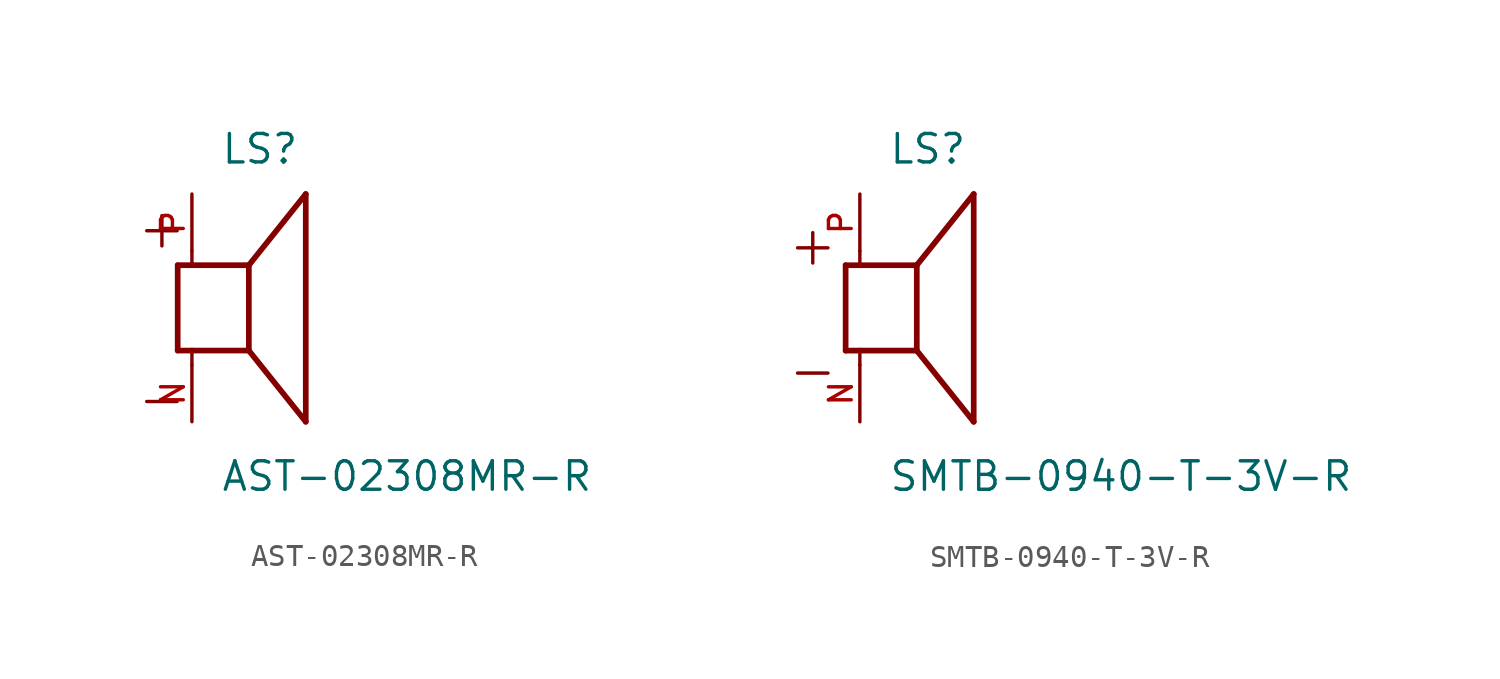
<source format=kicad_sym>
(kicad_symbol_lib
  (version 20241209)
  (generator "kicad_symbol_editor")
  (generator_version "9.0")
  (symbol "AST-02308MR-R"
    (pin_names
      (offset 1.016))
    (property "Reference" "LS"
      (at -1.27 6.35 0)
      (effects (font (size 1.27 1.27)) (justify left bottom)))
    (property "Value" "AST-02308MR-R"
      (at -1.27 -8.255 0)
      (effects (font (size 1.27 1.27)) (justify left bottom)))
    (symbol "AST-02308MR-R_0_0"
      (polyline (pts (xy -3.175 1.905) (xy -3.175 -1.905)) (stroke (width 0.254) (type default)) (fill (type none)))
      (polyline (pts (xy -3.175 1.905) (xy -2.54 1.905)) (stroke (width 0.254) (type default)) (fill (type none)))
      (polyline (pts (xy -3.175 -1.905) (xy -2.54 -1.905)) (stroke (width 0.254) (type default)) (fill (type none)))
      (polyline (pts (xy -2.54 2.54) (xy -2.54 1.905)) (stroke (width 0.152) (type default)) (fill (type none)))
      (polyline (pts (xy -2.54 1.905) (xy 0 1.905)) (stroke (width 0.254) (type default)) (fill (type none)))
      (polyline (pts (xy -2.54 -1.905) (xy 0 -1.905)) (stroke (width 0.254) (type default)) (fill (type none)))
      (polyline (pts (xy -2.54 -2.54) (xy -2.54 -1.905)) (stroke (width 0.152) (type default)) (fill (type none)))
      (polyline (pts (xy 0 1.905) (xy 2.54 5.08)) (stroke (width 0.254) (type default)) (fill (type none)))
      (polyline (pts (xy 0 -1.905) (xy 0 1.905)) (stroke (width 0.254) (type default)) (fill (type none)))
      (polyline (pts (xy 0 -1.905) (xy 2.54 -5.08)) (stroke (width 0.254) (type default)) (fill (type none)))
      (polyline (pts (xy 2.54 -5.08) (xy 2.54 5.08)) (stroke (width 0.254) (type default)) (fill (type none)))
      (text "+" (at -5.08 2.54 0) (effects (font (size 1.778 1.778)) (justify left bottom)))
      (text "-" (at -5.08 -5.08 0) (effects (font (size 1.778 1.778)) (justify left bottom)))
      (pin passive line (at -2.54 5.08 270) (length 2.54) (name "~" (effects (font (size 1.016 1.016)))) (number "P" (effects (font (size 1.016 1.016)))))
      (pin passive line (at -2.54 -5.08 90) (length 2.54) (name "~" (effects (font (size 1.016 1.016)))) (number "N" (effects (font (size 1.016 1.016)))))))
  (symbol "SMTB-0940-T-3V-R"
    (pin_names
      (offset 1.016))
    (property "Reference" "LS"
      (at -1.27 6.35 0)
      (effects (font (size 1.27 1.27)) (justify left bottom)))
    (property "Value" "SMTB-0940-T-3V-R"
      (at -1.27 -8.255 0)
      (effects (font (size 1.27 1.27)) (justify left bottom)))
    (symbol "SMTB-0940-T-3V-R_0_0"
      (polyline (pts (xy -3.175 1.905) (xy -3.175 -1.905)) (stroke (width 0.254) (type default)) (fill (type none)))
      (polyline (pts (xy -3.175 1.905) (xy -2.54 1.905)) (stroke (width 0.254) (type default)) (fill (type none)))
      (polyline (pts (xy -3.175 -1.905) (xy -2.54 -1.905)) (stroke (width 0.254) (type default)) (fill (type none)))
      (polyline (pts (xy -2.54 2.54) (xy -2.54 1.905)) (stroke (width 0.152) (type default)) (fill (type none)))
      (polyline (pts (xy -2.54 1.905) (xy 0 1.905)) (stroke (width 0.254) (type default)) (fill (type none)))
      (polyline (pts (xy -2.54 -1.905) (xy 0 -1.905)) (stroke (width 0.254) (type default)) (fill (type none)))
      (polyline (pts (xy -2.54 -2.54) (xy -2.54 -1.905)) (stroke (width 0.152) (type default)) (fill (type none)))
      (polyline (pts (xy 0 1.905) (xy 2.54 5.08)) (stroke (width 0.254) (type default)) (fill (type none)))
      (polyline (pts (xy 0 -1.905) (xy 0 1.905)) (stroke (width 0.254) (type default)) (fill (type none)))
      (polyline (pts (xy 0 -1.905) (xy 2.54 -5.08)) (stroke (width 0.254) (type default)) (fill (type none)))
      (polyline (pts (xy 2.54 -5.08) (xy 2.54 5.08)) (stroke (width 0.254) (type default)) (fill (type none)))
      (text "+" (at -5.842 1.778 0) (effects (font (size 1.778 1.778)) (justify left bottom)))
      (text "-" (at -5.842 -3.81 0) (effects (font (size 1.778 1.778)) (justify left bottom)))
      (pin passive line (at -2.54 5.08 270) (length 2.54) (name "~" (effects (font (size 1.016 1.016)))) (number "P" (effects (font (size 1.016 1.016)))))
      (pin passive line (at -2.54 -5.08 90) (length 2.54) (name "~" (effects (font (size 1.016 1.016)))) (number "N" (effects (font (size 1.016 1.016))))))))
</source>
